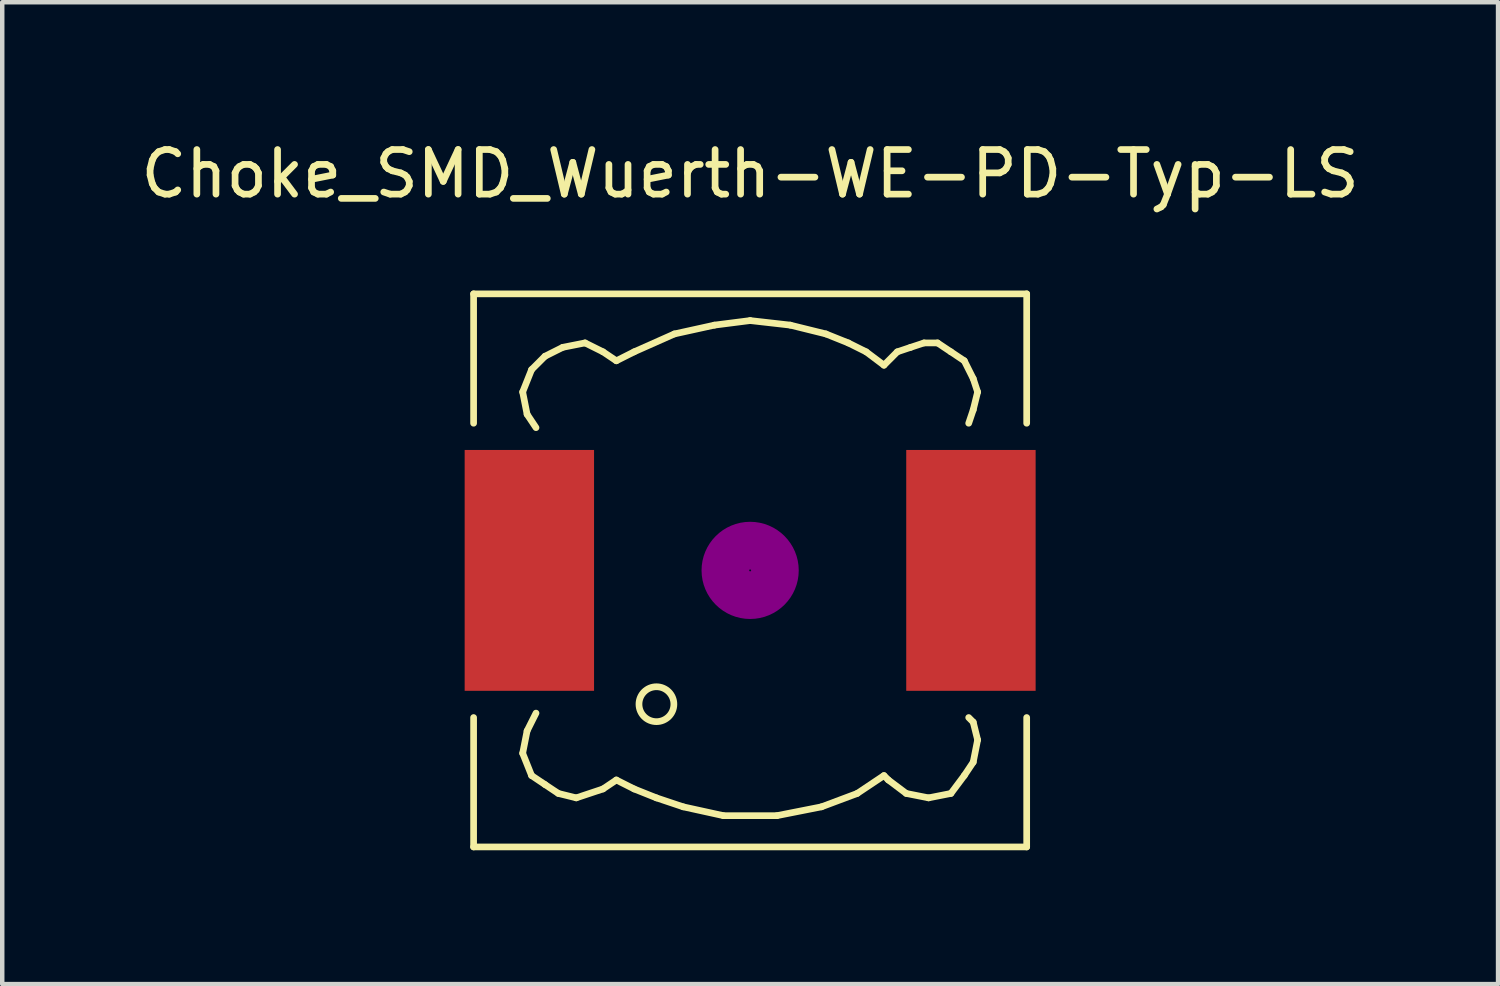
<source format=kicad_pcb>
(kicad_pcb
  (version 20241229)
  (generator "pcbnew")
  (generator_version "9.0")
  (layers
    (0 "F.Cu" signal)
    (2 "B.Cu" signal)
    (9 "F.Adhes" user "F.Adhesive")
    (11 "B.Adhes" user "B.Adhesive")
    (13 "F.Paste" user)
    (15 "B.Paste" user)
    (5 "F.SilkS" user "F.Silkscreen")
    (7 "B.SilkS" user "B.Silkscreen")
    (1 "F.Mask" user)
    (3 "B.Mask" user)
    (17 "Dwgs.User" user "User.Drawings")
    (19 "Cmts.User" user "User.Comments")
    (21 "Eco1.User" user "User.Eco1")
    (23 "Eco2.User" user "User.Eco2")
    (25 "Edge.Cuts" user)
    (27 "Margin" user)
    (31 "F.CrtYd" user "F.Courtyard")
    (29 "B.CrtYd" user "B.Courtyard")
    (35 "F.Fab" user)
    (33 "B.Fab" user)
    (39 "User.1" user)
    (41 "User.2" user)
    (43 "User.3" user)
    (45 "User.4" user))
  (footprint "Choke_SMD_Wuerth-WE-PD-Typ-LS"
    (layer "F.Cu")
    (at 13.768 9.738)
    (property "Reference" "Choke_SMD_Wuerth-WE-PD-Typ-LS" (at 0 -8.89 0) (layer "F.SilkS") (effects (font (size 1 1) (thickness 0.15))))
    (attr smd)
    (fp_line (start -6.2 -6.2) (end -6.2 -3.299) (stroke (width 0.15) (type solid)) (layer "F.SilkS"))
    (fp_line (start -6.2 3.299) (end -6.2 6.2) (stroke (width 0.15) (type solid)) (layer "F.SilkS"))
    (fp_line (start -6.2 6.2) (end 6.2 6.2) (stroke (width 0.15) (type solid)) (layer "F.SilkS"))
    (fp_line (start -5.1 -4) (end -5.001 -3.5) (stroke (width 0.15) (type solid)) (layer "F.SilkS"))
    (fp_line (start -5.1 4.1) (end -5.001 3.599) (stroke (width 0.15) (type solid)) (layer "F.SilkS"))
    (fp_line (start -5.001 -3.5) (end -4.801 -3.2) (stroke (width 0.15) (type solid)) (layer "F.SilkS"))
    (fp_line (start -5.001 3.599) (end -4.801 3.2) (stroke (width 0.15) (type solid)) (layer "F.SilkS"))
    (fp_line (start -4.9 -4.501) (end -5.1 -4) (stroke (width 0.15) (type solid)) (layer "F.SilkS"))
    (fp_line (start -4.9 4.6) (end -5.1 4.1) (stroke (width 0.15) (type solid)) (layer "F.SilkS"))
    (fp_line (start -4.6 -4.801) (end -4.9 -4.501) (stroke (width 0.15) (type solid)) (layer "F.SilkS"))
    (fp_line (start -4.6 4.801) (end -4.9 4.6) (stroke (width 0.15) (type solid)) (layer "F.SilkS"))
    (fp_line (start -4.3 5.001) (end -4.6 4.801) (stroke (width 0.15) (type solid)) (layer "F.SilkS"))
    (fp_line (start -4.201 -5.001) (end -4.6 -4.801) (stroke (width 0.15) (type solid)) (layer "F.SilkS"))
    (fp_line (start -3.899 5.1) (end -4.3 5.001) (stroke (width 0.15) (type solid)) (layer "F.SilkS"))
    (fp_line (start -3.701 -5.1) (end -4.201 -5.001) (stroke (width 0.15) (type solid)) (layer "F.SilkS"))
    (fp_line (start -3.299 -4.9) (end -3.701 -5.1) (stroke (width 0.15) (type solid)) (layer "F.SilkS"))
    (fp_line (start -3.299 4.9) (end -3.899 5.1) (stroke (width 0.15) (type solid)) (layer "F.SilkS"))
    (fp_line (start -3 -4.699) (end -3.299 -4.9) (stroke (width 0.15) (type solid)) (layer "F.SilkS"))
    (fp_line (start -3 4.699) (end -3.299 4.9) (stroke (width 0.15) (type solid)) (layer "F.SilkS"))
    (fp_line (start -2.601 -4.9) (end -3 -4.699) (stroke (width 0.15) (type solid)) (layer "F.SilkS"))
    (fp_line (start -2.601 4.9) (end -3 4.699) (stroke (width 0.15) (type solid)) (layer "F.SilkS"))
    (fp_line (start -2.101 5.1) (end -2.601 4.9) (stroke (width 0.15) (type solid)) (layer "F.SilkS"))
    (fp_line (start -1.699 -5.301) (end -2.601 -4.9) (stroke (width 0.15) (type solid)) (layer "F.SilkS"))
    (fp_line (start -1.501 5.301) (end -2.101 5.1) (stroke (width 0.15) (type solid)) (layer "F.SilkS"))
    (fp_line (start -0.8 -5.499) (end -1.699 -5.301) (stroke (width 0.15) (type solid)) (layer "F.SilkS"))
    (fp_line (start -0.599 5.499) (end -1.501 5.301) (stroke (width 0.15) (type solid)) (layer "F.SilkS"))
    (fp_line (start 0 -5.601) (end -0.8 -5.499) (stroke (width 0.15) (type solid)) (layer "F.SilkS"))
    (fp_line (start 0.599 5.499) (end -0.599 5.499) (stroke (width 0.15) (type solid)) (layer "F.SilkS"))
    (fp_line (start 0.899 -5.499) (end 0 -5.601) (stroke (width 0.15) (type solid)) (layer "F.SilkS"))
    (fp_line (start 1.6 5.301) (end 0.599 5.499) (stroke (width 0.15) (type solid)) (layer "F.SilkS"))
    (fp_line (start 1.699 -5.301) (end 0.899 -5.499) (stroke (width 0.15) (type solid)) (layer "F.SilkS"))
    (fp_line (start 2.2 -5.1) (end 1.699 -5.301) (stroke (width 0.15) (type solid)) (layer "F.SilkS"))
    (fp_line (start 2.4 5.001) (end 1.6 5.301) (stroke (width 0.15) (type solid)) (layer "F.SilkS"))
    (fp_line (start 2.601 -4.9) (end 2.2 -5.1) (stroke (width 0.15) (type solid)) (layer "F.SilkS"))
    (fp_line (start 3 -4.6) (end 2.601 -4.9) (stroke (width 0.15) (type solid)) (layer "F.SilkS"))
    (fp_line (start 3 4.6) (end 2.4 5.001) (stroke (width 0.15) (type solid)) (layer "F.SilkS"))
    (fp_line (start 3.099 4.699) (end 3 4.6) (stroke (width 0.15) (type solid)) (layer "F.SilkS"))
    (fp_line (start 3.299 -4.9) (end 3 -4.6) (stroke (width 0.15) (type solid)) (layer "F.SilkS"))
    (fp_line (start 3.5 5.001) (end 3.099 4.699) (stroke (width 0.15) (type solid)) (layer "F.SilkS"))
    (fp_line (start 3.599 -5.001) (end 3.299 -4.9) (stroke (width 0.15) (type solid)) (layer "F.SilkS"))
    (fp_line (start 3.899 -5.1) (end 3.599 -5.001) (stroke (width 0.15) (type solid)) (layer "F.SilkS"))
    (fp_line (start 4 5.1) (end 3.5 5.001) (stroke (width 0.15) (type solid)) (layer "F.SilkS"))
    (fp_line (start 4.201 -5.1) (end 3.899 -5.1) (stroke (width 0.15) (type solid)) (layer "F.SilkS"))
    (fp_line (start 4.501 -4.9) (end 4.201 -5.1) (stroke (width 0.15) (type solid)) (layer "F.SilkS"))
    (fp_line (start 4.501 5.001) (end 4 5.1) (stroke (width 0.15) (type solid)) (layer "F.SilkS"))
    (fp_line (start 4.801 -4.699) (end 4.501 -4.9) (stroke (width 0.15) (type solid)) (layer "F.SilkS"))
    (fp_line (start 4.801 4.6) (end 4.501 5.001) (stroke (width 0.15) (type solid)) (layer "F.SilkS"))
    (fp_line (start 4.9 -3.299) (end 5.001 -3.599) (stroke (width 0.15) (type solid)) (layer "F.SilkS"))
    (fp_line (start 4.9 3.299) (end 5.001 3.401) (stroke (width 0.15) (type solid)) (layer "F.SilkS"))
    (fp_line (start 5.001 -4.3) (end 4.801 -4.699) (stroke (width 0.15) (type solid)) (layer "F.SilkS"))
    (fp_line (start 5.001 -3.599) (end 5.1 -4) (stroke (width 0.15) (type solid)) (layer "F.SilkS"))
    (fp_line (start 5.001 3.401) (end 5.1 3.8) (stroke (width 0.15) (type solid)) (layer "F.SilkS"))
    (fp_line (start 5.001 4.3) (end 4.801 4.6) (stroke (width 0.15) (type solid)) (layer "F.SilkS"))
    (fp_line (start 5.1 -4) (end 5.001 -4.3) (stroke (width 0.15) (type solid)) (layer "F.SilkS"))
    (fp_line (start 5.1 3.8) (end 5.001 4.3) (stroke (width 0.15) (type solid)) (layer "F.SilkS"))
    (fp_line (start 6.2 -6.2) (end -6.2 -6.2) (stroke (width 0.15) (type solid)) (layer "F.SilkS"))
    (fp_line (start 6.2 -6.2) (end 6.2 -3.299) (stroke (width 0.15) (type solid)) (layer "F.SilkS"))
    (fp_line (start 6.2 6.2) (end 6.2 3.299) (stroke (width 0.15) (type solid)) (layer "F.SilkS"))
    (fp_circle (center -2.101 3) (end -1.801 3.251) (stroke (width 0.15) (type solid)) (fill no) (layer "F.SilkS"))
    (fp_circle (center 0 0) (end 0.15 0.15) (stroke (width 0.381) (type solid)) (fill no) (layer "F.Adhes"))
    (fp_circle (center 0 0) (end 0.551 0) (stroke (width 0.381) (type solid)) (fill no) (layer "F.Adhes"))
    (fp_circle (center 0 0) (end 0.899 0) (stroke (width 0.381) (type solid)) (fill no) (layer "F.Adhes"))
    (pad "1" smd rect (at -4.95 0) (size 2.901 5.4) (layers "F.Cu" "F.Mask" "F.Paste"))
    (pad "2" smd rect (at 4.95 0) (size 2.901 5.4) (layers "F.Cu" "F.Mask" "F.Paste")))
  (gr_rect
    (start -3 -3)
    (end 30.536 19.013)
    (stroke (width 0.1) (type default))
    (fill no)
    (layer "Edge.Cuts")))
</source>
